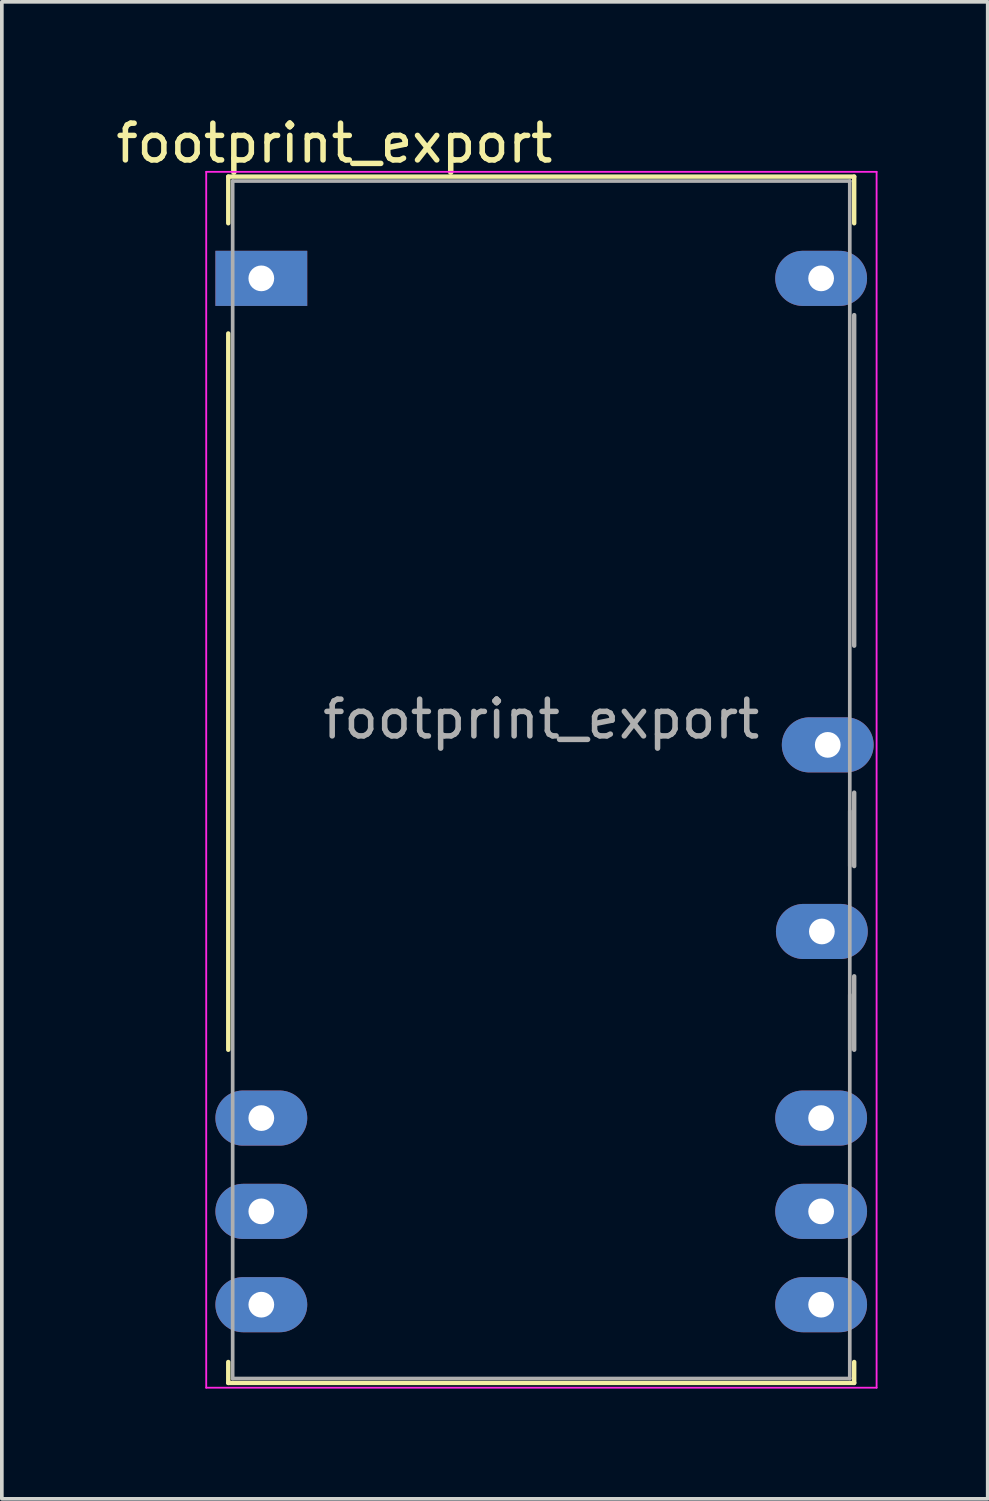
<source format=kicad_pcb>
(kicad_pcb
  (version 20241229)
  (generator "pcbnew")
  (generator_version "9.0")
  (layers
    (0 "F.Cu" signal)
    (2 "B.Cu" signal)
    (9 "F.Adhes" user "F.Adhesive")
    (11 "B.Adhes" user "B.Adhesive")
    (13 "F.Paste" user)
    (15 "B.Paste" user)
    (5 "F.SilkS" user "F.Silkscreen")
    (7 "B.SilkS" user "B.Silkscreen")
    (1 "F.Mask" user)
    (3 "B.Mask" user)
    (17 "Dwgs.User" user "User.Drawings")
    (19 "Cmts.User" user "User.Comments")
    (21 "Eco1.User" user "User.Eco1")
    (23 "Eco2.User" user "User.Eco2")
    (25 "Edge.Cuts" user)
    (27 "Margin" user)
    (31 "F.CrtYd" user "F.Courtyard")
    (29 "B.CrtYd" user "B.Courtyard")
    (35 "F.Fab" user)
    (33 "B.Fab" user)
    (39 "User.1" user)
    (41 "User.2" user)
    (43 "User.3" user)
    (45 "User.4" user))
  (footprint "footprint_export"
    (layer "F.Cu")
    (at 4.064 4.528)
    (property "Reference" "footprint_export" (at 1.99 -3.68 0) (layer "F.SilkS") (effects (font (size 1 1) (thickness 0.15))))
    (attr through_hole)
    (fp_line (start -0.9 -2.77) (end 16.14 -2.77) (stroke (width 0.12) (type solid)) (layer "F.SilkS"))
    (fp_line (start -0.9 -1.5) (end -0.9 -2.77) (stroke (width 0.12) (type solid)) (layer "F.SilkS"))
    (fp_line (start -0.9 1.5) (end -0.9 21) (stroke (width 0.12) (type solid)) (layer "F.SilkS"))
    (fp_line (start -0.9 29.5) (end -0.9 30.07) (stroke (width 0.12) (type solid)) (layer "F.SilkS"))
    (fp_line (start -0.9 30.07) (end 16.14 30.07) (stroke (width 0.12) (type solid)) (layer "F.SilkS"))
    (fp_line (start 16.14 -2.77) (end 16.14 -1.5) (stroke (width 0.12) (type solid)) (layer "F.SilkS"))
    (fp_line (start 16.14 30.07) (end 16.14 29.5) (stroke (width 0.12) (type solid)) (layer "F.SilkS"))
    (fp_line (start -1.5 -2.9) (end -1.5 30.2) (stroke (width 0.05) (type solid)) (layer "F.CrtYd"))
    (fp_line (start -1.5 -2.9) (end 16.75 -2.9) (stroke (width 0.05) (type solid)) (layer "F.CrtYd"))
    (fp_line (start -1.5 30.2) (end 16.75 30.2) (stroke (width 0.05) (type solid)) (layer "F.CrtYd"))
    (fp_line (start 16.75 -2.9) (end 16.75 30.2) (stroke (width 0.05) (type solid)) (layer "F.CrtYd"))
    (fp_line (start -0.78 -2.65) (end 16.02 -2.65) (stroke (width 0.1) (type solid)) (layer "F.Fab"))
    (fp_line (start -0.78 29.95) (end -0.78 -2.65) (stroke (width 0.1) (type solid)) (layer "F.Fab"))
    (fp_line (start 16.02 -2.65) (end 16.02 29.95) (stroke (width 0.1) (type solid)) (layer "F.Fab"))
    (fp_line (start 16.02 14.5) (end 16.02 16) (stroke (width 0.1) (type solid)) (layer "F.Fab"))
    (fp_line (start 16.02 19.5) (end 16.02 21) (stroke (width 0.1) (type solid)) (layer "F.Fab"))
    (fp_line (start 16.02 29.95) (end -0.78 29.95) (stroke (width 0.1) (type solid)) (layer "F.Fab"))
    (fp_line (start 16.14 1) (end 16.14 10) (stroke (width 0.12) (type solid)) (layer "F.Fab"))
    (fp_line (start 16.14 14) (end 16.14 16) (stroke (width 0.12) (type solid)) (layer "F.Fab"))
    (fp_line (start 16.14 19) (end 16.14 21) (stroke (width 0.12) (type solid)) (layer "F.Fab"))
    (fp_text user "${REFERENCE}" (at 7.62 12 0) (layer "F.Fab") (effects (font (size 1 1) (thickness 0.15))))
    (pad "1" thru_hole rect (at 0 0) (size 2.5 1.5) (drill 0.7) (layers "*.Cu" "*.Mask"))
    (pad "10" thru_hole oval (at 0 22.86) (size 2.5 1.5) (drill 0.7) (layers "*.Cu" "*.Mask"))
    (pad "11" thru_hole oval (at 0 25.4) (size 2.5 1.5) (drill 0.7) (layers "*.Cu" "*.Mask"))
    (pad "12" thru_hole oval (at 0 27.94) (size 2.5 1.5) (drill 0.7) (layers "*.Cu" "*.Mask"))
    (pad "13" thru_hole oval (at 15.24 27.94) (size 2.5 1.5) (drill 0.7) (layers "*.Cu" "*.Mask"))
    (pad "14" thru_hole oval (at 15.24 25.4) (size 2.5 1.5) (drill 0.7) (layers "*.Cu" "*.Mask"))
    (pad "15" thru_hole oval (at 15.24 22.86) (size 2.5 1.5) (drill 0.7) (layers "*.Cu" "*.Mask"))
    (pad "17" thru_hole oval (at 15.26 17.78) (size 2.5 1.5) (drill 0.7) (layers "*.Cu" "*.Mask"))
    (pad "19" thru_hole oval (at 15.42 12.7) (size 2.5 1.5) (drill 0.7) (layers "*.Cu" "*.Mask"))
    (pad "24" thru_hole oval (at 15.24 0) (size 2.5 1.5) (drill 0.7) (layers "*.Cu" "*.Mask")))
  (gr_rect
    (start -3 -3)
    (end 23.839 37.753)
    (stroke (width 0.1) (type default))
    (fill no)
    (layer "Edge.Cuts")))
</source>
